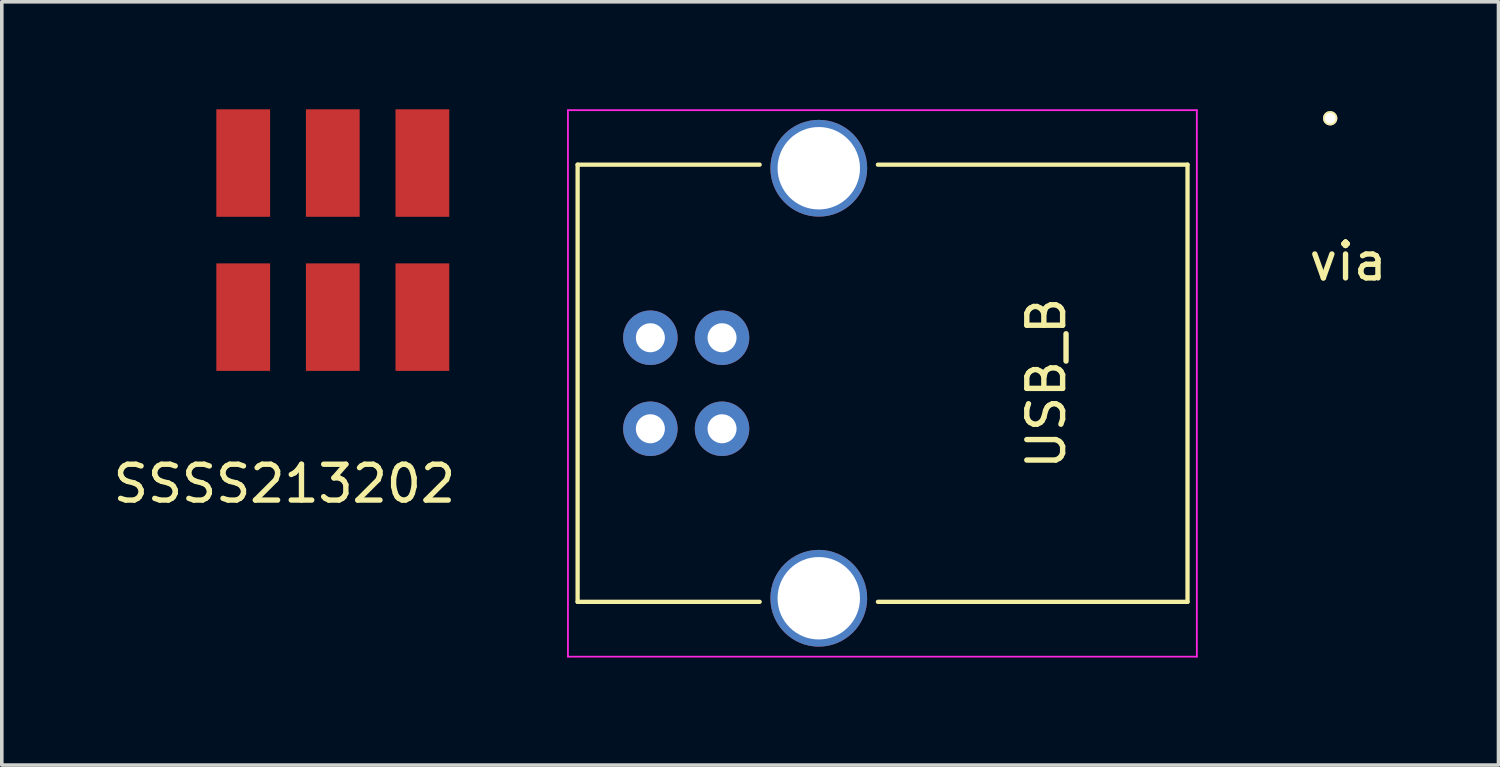
<source format=kicad_pcb>
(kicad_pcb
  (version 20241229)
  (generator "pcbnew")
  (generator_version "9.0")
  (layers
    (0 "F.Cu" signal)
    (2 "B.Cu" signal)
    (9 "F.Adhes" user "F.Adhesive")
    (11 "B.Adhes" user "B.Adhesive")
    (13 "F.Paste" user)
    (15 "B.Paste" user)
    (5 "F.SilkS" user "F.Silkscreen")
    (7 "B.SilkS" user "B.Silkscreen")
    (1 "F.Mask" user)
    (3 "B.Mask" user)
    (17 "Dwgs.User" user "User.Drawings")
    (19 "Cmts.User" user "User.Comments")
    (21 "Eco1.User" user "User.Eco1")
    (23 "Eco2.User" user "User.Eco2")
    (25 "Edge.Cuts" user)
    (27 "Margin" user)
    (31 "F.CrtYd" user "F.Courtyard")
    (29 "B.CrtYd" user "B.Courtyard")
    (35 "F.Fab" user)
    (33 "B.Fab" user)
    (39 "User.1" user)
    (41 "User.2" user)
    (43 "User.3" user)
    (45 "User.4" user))
  (footprint "USB_B"
    (layer "F.Cu")
    (at 15.099 6.375)
    (property "Reference" "USB_B" (at 11.05 1.27 90) (layer "F.SilkS") (effects (font (size 1 1) (thickness 0.15))))
    (attr through_hole)
    (fp_line (start -2.03 -4.83) (end 3.05 -4.83) (stroke (width 0.12) (type solid)) (layer "F.SilkS"))
    (fp_line (start -2.03 7.37) (end -2.03 -4.83) (stroke (width 0.12) (type solid)) (layer "F.SilkS"))
    (fp_line (start -2.03 7.37) (end 3.05 7.37) (stroke (width 0.12) (type solid)) (layer "F.SilkS"))
    (fp_line (start 6.35 -4.83) (end 14.99 -4.83) (stroke (width 0.12) (type solid)) (layer "F.SilkS"))
    (fp_line (start 6.35 7.37) (end 14.99 7.37) (stroke (width 0.12) (type solid)) (layer "F.SilkS"))
    (fp_line (start 14.99 -4.83) (end 14.99 7.37) (stroke (width 0.12) (type solid)) (layer "F.SilkS"))
    (fp_line (start -2.3 -6.35) (end 15.25 -6.35) (stroke (width 0.05) (type solid)) (layer "F.CrtYd"))
    (fp_line (start -2.3 8.9) (end -2.3 -6.35) (stroke (width 0.05) (type solid)) (layer "F.CrtYd"))
    (fp_line (start 15.25 -6.35) (end 15.25 8.9) (stroke (width 0.05) (type solid)) (layer "F.CrtYd"))
    (fp_line (start 15.25 8.9) (end -2.3 8.9) (stroke (width 0.05) (type solid)) (layer "F.CrtYd"))
    (pad "1" thru_hole circle (at 0 0 270) (size 1.52 1.52) (drill 0.81) (layers "*.Cu" "*.Mask"))
    (pad "2" thru_hole circle (at 0 2.54 270) (size 1.52 1.52) (drill 0.81) (layers "*.Cu" "*.Mask"))
    (pad "3" thru_hole circle (at 2 2.54 270) (size 1.52 1.52) (drill 0.81) (layers "*.Cu" "*.Mask"))
    (pad "4" thru_hole circle (at 2 0 270) (size 1.52 1.52) (drill 0.81) (layers "*.Cu" "*.Mask"))
    (pad "5" thru_hole circle (at 4.7 7.27 270) (size 2.7 2.7) (drill 2.3) (layers "*.Cu" "*.Mask"))
    (pad "6" thru_hole circle (at 4.7 -4.73 270) (size 2.7 2.7) (drill 2.3) (layers "*.Cu" "*.Mask")))
  (footprint "SSSS213202"
    (layer "F.Cu")
    (at 6.237 3.65)
    (property "Reference" "SSSS213202" (at -1.35 6.8 0) (layer "F.SilkS") (effects (font (size 1 1) (thickness 0.15))))
    (attr through_hole)
    (pad "1" smd rect (at -2.5 -2.15) (size 1.5 3) (layers "F.Cu" "F.Mask" "F.Paste"))
    (pad "1" smd rect (at -2.5 2.15) (size 1.5 3) (layers "F.Cu" "F.Mask" "F.Paste"))
    (pad "2" smd rect (at 0 -2.15) (size 1.5 3) (layers "F.Cu" "F.Mask" "F.Paste"))
    (pad "2" smd rect (at 0 2.15) (size 1.5 3) (layers "F.Cu" "F.Mask" "F.Paste"))
    (pad "3" smd rect (at 2.5 -2.15) (size 1.5 3) (layers "F.Cu" "F.Mask" "F.Paste"))
    (pad "3" smd rect (at 2.5 2.15) (size 1.5 3) (layers "F.Cu" "F.Mask" "F.Paste")))
  (footprint "via"
    (layer "F.Cu")
    (at 34.07 0.25)
    (property "Reference" "via" (at 0.5 4 0) (layer "F.SilkS") (effects (font (size 1 1) (thickness 0.15))))
    (attr through_hole)
    (pad "1" thru_hole circle (at 0 0) (size 0.4 0.4) (drill 0.3) (layers "*.Cu" "*.Mask" "F.SilkS")))
  (gr_rect
    (start -3 -3)
    (end 38.767 18.3)
    (stroke (width 0.1) (type default))
    (fill no)
    (layer "Edge.Cuts")))
</source>
